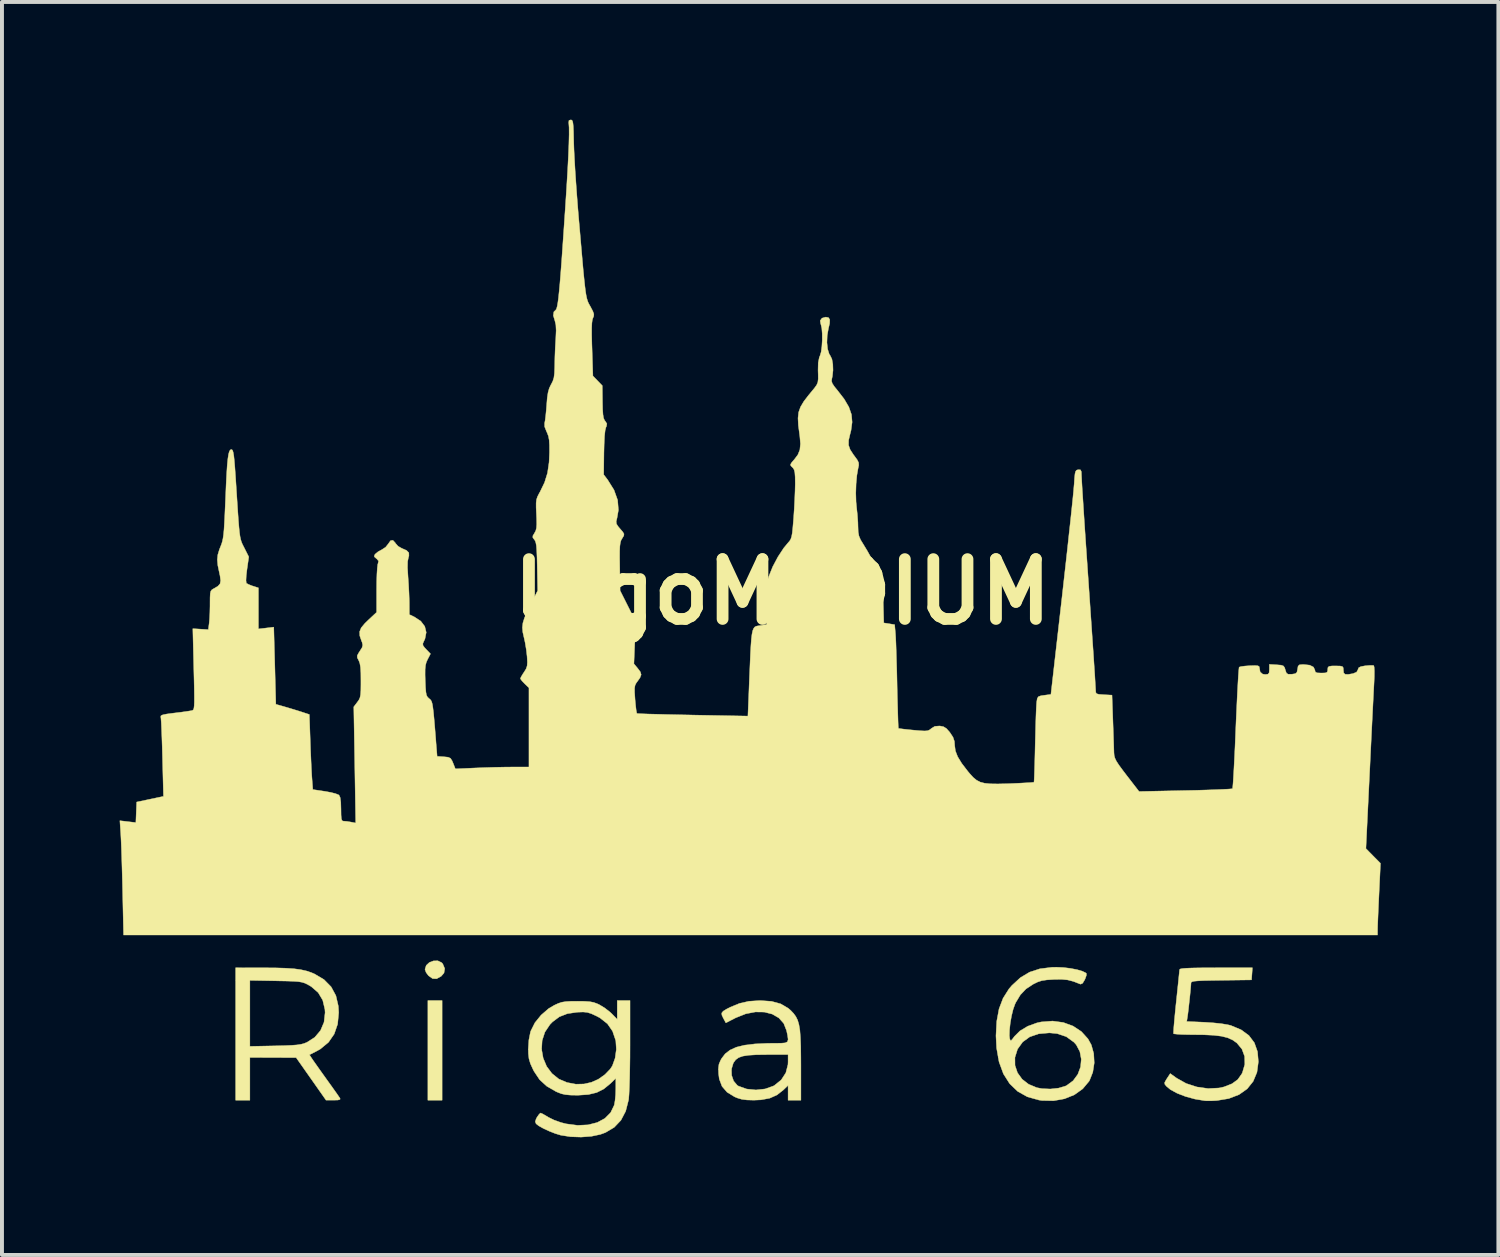
<source format=kicad_pcb>
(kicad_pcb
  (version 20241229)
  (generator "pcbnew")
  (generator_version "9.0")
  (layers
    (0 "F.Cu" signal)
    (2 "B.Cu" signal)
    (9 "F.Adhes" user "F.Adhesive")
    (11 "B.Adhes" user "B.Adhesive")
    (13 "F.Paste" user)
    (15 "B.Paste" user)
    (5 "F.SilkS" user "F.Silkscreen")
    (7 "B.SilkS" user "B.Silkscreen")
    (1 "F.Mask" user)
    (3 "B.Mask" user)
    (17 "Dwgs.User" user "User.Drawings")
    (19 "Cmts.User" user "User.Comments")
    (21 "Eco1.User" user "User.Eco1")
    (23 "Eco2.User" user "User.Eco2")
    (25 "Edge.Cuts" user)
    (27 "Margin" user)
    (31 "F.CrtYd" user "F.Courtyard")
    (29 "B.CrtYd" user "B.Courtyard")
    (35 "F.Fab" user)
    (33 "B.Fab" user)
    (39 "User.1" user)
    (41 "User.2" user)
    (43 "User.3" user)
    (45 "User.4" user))
  (footprint "logoMEDIUM"
    (layer "F.Cu")
    (at 16.889 12.034)
    (property "Reference" "logoMEDIUM" (at 0 0 0) (layer "F.SilkS") (effects (font (size 1.524 1.524) (thickness 0.3))))
    (attr through_hole)
    (fp_poly (pts (xy -8.672 12.954) (xy -9.035 12.954) (xy -9.035 10.414) (xy -8.672 10.414) (xy -8.672 12.954)) (stroke (width 0.01) (type solid)) (fill yes) (layer "F.SilkS"))
    (fp_poly (pts (xy -8.684 9.448) (xy -8.656 9.479) (xy -8.605 9.6) (xy -8.624 9.712) (xy -8.695 9.795) (xy -8.811 9.859) (xy -8.914 9.855) (xy -9.019 9.781) (xy -9.019 9.781) (xy -9.08 9.699) (xy -9.108 9.621) (xy -9.108 9.617) (xy -9.076 9.517) (xy -8.997 9.444) (xy -8.89 9.403) (xy -8.779 9.402) (xy -8.684 9.448)) (stroke (width 0.01) (type solid)) (fill yes) (layer "F.SilkS"))
    (fp_poly (pts (xy -13.235 9.58) (xy -12.916 9.582) (xy -12.657 9.59) (xy -12.448 9.604) (xy -12.277 9.627) (xy -12.133 9.659) (xy -12.004 9.702) (xy -11.923 9.737) (xy -11.682 9.88) (xy -11.501 10.064) (xy -11.379 10.289) (xy -11.317 10.556) (xy -11.307 10.722) (xy -11.335 11.016) (xy -11.422 11.268) (xy -11.568 11.479) (xy -11.774 11.649) (xy -11.877 11.707) (xy -12.053 11.797) (xy -11.989 11.895) (xy -11.945 11.959) (xy -11.868 12.068) (xy -11.768 12.21) (xy -11.654 12.369) (xy -11.612 12.428) (xy -11.499 12.585) (xy -11.401 12.723) (xy -11.325 12.831) (xy -11.28 12.897) (xy -11.272 12.909) (xy -11.274 12.936) (xy -11.329 12.95) (xy -11.437 12.953) (xy -11.63 12.953) (xy -12.011 12.411) (xy -12.392 11.869) (xy -12.981 11.867) (xy -13.571 11.865) (xy -13.571 12.954) (xy -13.934 12.954) (xy -13.934 11.582) (xy -13.571 11.582) (xy -12.927 11.569) (xy -12.686 11.563) (xy -12.505 11.555) (xy -12.371 11.545) (xy -12.271 11.53) (xy -12.193 11.51) (xy -12.123 11.482) (xy -12.119 11.481) (xy -11.918 11.352) (xy -11.77 11.177) (xy -11.681 10.966) (xy -11.654 10.723) (xy -11.659 10.639) (xy -11.715 10.404) (xy -11.83 10.212) (xy -12.004 10.061) (xy -12.053 10.031) (xy -12.124 9.993) (xy -12.186 9.965) (xy -12.254 9.946) (xy -12.339 9.932) (xy -12.455 9.924) (xy -12.614 9.918) (xy -12.829 9.914) (xy -12.909 9.912) (xy -13.571 9.9) (xy -13.571 11.582) (xy -13.934 11.582) (xy -13.934 9.579) (xy -13.235 9.58)) (stroke (width 0.01) (type solid)) (fill yes) (layer "F.SilkS"))
    (fp_poly (pts (xy -0.276 10.435) (xy -0.043 10.499) (xy 0.147 10.61) (xy 0.212 10.666) (xy 0.285 10.743) (xy 0.343 10.823) (xy 0.388 10.914) (xy 0.421 11.026) (xy 0.445 11.168) (xy 0.459 11.349) (xy 0.468 11.578) (xy 0.471 11.865) (xy 0.472 12.072) (xy 0.472 12.954) (xy 0.145 12.954) (xy 0.145 12.577) (xy 0.027 12.691) (xy -0.139 12.821) (xy -0.325 12.904) (xy -0.548 12.945) (xy -0.726 12.953) (xy -0.903 12.948) (xy -1.035 12.931) (xy -1.149 12.897) (xy -1.22 12.867) (xy -1.41 12.75) (xy -1.538 12.602) (xy -1.609 12.414) (xy -1.626 12.28) (xy -1.63 12.164) (xy -1.298 12.164) (xy -1.293 12.321) (xy -1.243 12.465) (xy -1.152 12.573) (xy -1.118 12.595) (xy -0.91 12.669) (xy -0.675 12.693) (xy -0.44 12.667) (xy -0.229 12.592) (xy -0.203 12.577) (xy -0.029 12.436) (xy 0.088 12.256) (xy 0.142 12.046) (xy 0.145 11.98) (xy 0.145 11.793) (xy -0.403 11.793) (xy -0.663 11.796) (xy -0.862 11.808) (xy -1.009 11.831) (xy -1.114 11.868) (xy -1.189 11.922) (xy -1.243 11.995) (xy -1.253 12.014) (xy -1.298 12.164) (xy -1.63 12.164) (xy -1.63 12.138) (xy -1.616 12.035) (xy -1.576 11.94) (xy -1.55 11.893) (xy -1.458 11.772) (xy -1.334 11.676) (xy -1.173 11.603) (xy -0.965 11.552) (xy -0.705 11.52) (xy -0.384 11.505) (xy -0.209 11.503) (xy -0.038 11.502) (xy 0.071 11.493) (xy 0.129 11.465) (xy 0.146 11.406) (xy 0.133 11.306) (xy 0.106 11.18) (xy 0.034 10.997) (xy -0.091 10.857) (xy -0.258 10.76) (xy -0.461 10.708) (xy -0.688 10.705) (xy -0.933 10.752) (xy -1.185 10.852) (xy -1.201 10.86) (xy -1.441 10.983) (xy -1.507 10.861) (xy -1.542 10.786) (xy -1.546 10.732) (xy -1.509 10.686) (xy -1.422 10.632) (xy -1.323 10.582) (xy -1.093 10.487) (xy -0.854 10.433) (xy -0.578 10.415) (xy -0.56 10.415) (xy -0.276 10.435)) (stroke (width 0.01) (type solid)) (fill yes) (layer "F.SilkS"))
    (fp_poly (pts (xy 11.967 9.734) (xy 11.956 9.888) (xy 11.185 9.898) (xy 10.926 9.902) (xy 10.731 9.906) (xy 10.592 9.913) (xy 10.499 9.921) (xy 10.444 9.933) (xy 10.419 9.948) (xy 10.414 9.963) (xy 10.41 10.028) (xy 10.4 10.146) (xy 10.385 10.297) (xy 10.367 10.462) (xy 10.35 10.619) (xy 10.334 10.751) (xy 10.322 10.835) (xy 10.304 10.948) (xy 10.767 10.968) (xy 10.986 10.983) (xy 11.188 11.004) (xy 11.35 11.031) (xy 11.426 11.049) (xy 11.688 11.158) (xy 11.888 11.304) (xy 12.028 11.49) (xy 12.108 11.717) (xy 12.13 11.974) (xy 12.094 12.243) (xy 11.998 12.474) (xy 11.845 12.665) (xy 11.637 12.812) (xy 11.377 12.912) (xy 11.07 12.963) (xy 11.067 12.963) (xy 10.932 12.97) (xy 10.808 12.97) (xy 10.759 12.966) (xy 10.513 12.925) (xy 10.275 12.86) (xy 10.062 12.778) (xy 9.889 12.684) (xy 9.786 12.598) (xy 9.746 12.548) (xy 9.742 12.504) (xy 9.777 12.439) (xy 9.802 12.4) (xy 9.884 12.275) (xy 10.049 12.393) (xy 10.291 12.528) (xy 10.565 12.617) (xy 10.85 12.657) (xy 11.125 12.643) (xy 11.254 12.615) (xy 11.458 12.535) (xy 11.605 12.428) (xy 11.708 12.282) (xy 11.724 12.249) (xy 11.785 12.04) (xy 11.78 11.837) (xy 11.711 11.651) (xy 11.582 11.496) (xy 11.578 11.493) (xy 11.471 11.418) (xy 11.345 11.362) (xy 11.189 11.323) (xy 10.991 11.299) (xy 10.741 11.287) (xy 10.537 11.285) (xy 10.344 11.283) (xy 10.179 11.279) (xy 10.053 11.271) (xy 9.981 11.263) (xy 9.968 11.258) (xy 9.968 11.215) (xy 9.974 11.111) (xy 9.987 10.957) (xy 10.005 10.763) (xy 10.027 10.541) (xy 10.037 10.45) (xy 10.061 10.218) (xy 10.083 10.01) (xy 10.101 9.835) (xy 10.114 9.707) (xy 10.121 9.635) (xy 10.122 9.625) (xy 10.139 9.61) (xy 10.192 9.599) (xy 10.289 9.591) (xy 10.435 9.585) (xy 10.638 9.581) (xy 10.904 9.58) (xy 11.051 9.579) (xy 11.978 9.579) (xy 11.967 9.734)) (stroke (width 0.01) (type solid)) (fill yes) (layer "F.SilkS"))
    (fp_poly (pts (xy 7.162 9.573) (xy 7.342 9.595) (xy 7.508 9.627) (xy 7.642 9.666) (xy 7.729 9.708) (xy 7.749 9.727) (xy 7.746 9.775) (xy 7.716 9.859) (xy 7.704 9.886) (xy 7.651 9.974) (xy 7.602 9.997) (xy 7.586 9.993) (xy 7.417 9.927) (xy 7.272 9.889) (xy 7.119 9.874) (xy 6.927 9.876) (xy 6.912 9.877) (xy 6.739 9.888) (xy 6.612 9.907) (xy 6.506 9.941) (xy 6.396 9.995) (xy 6.392 9.997) (xy 6.207 10.119) (xy 6.065 10.269) (xy 5.947 10.465) (xy 5.926 10.511) (xy 5.88 10.64) (xy 5.839 10.807) (xy 5.807 10.99) (xy 5.788 11.165) (xy 5.784 11.309) (xy 5.792 11.382) (xy 5.808 11.429) (xy 5.83 11.433) (xy 5.871 11.386) (xy 5.912 11.33) (xy 6.055 11.188) (xy 6.252 11.069) (xy 6.486 10.984) (xy 6.599 10.959) (xy 6.887 10.937) (xy 7.16 10.974) (xy 7.408 11.065) (xy 7.621 11.206) (xy 7.788 11.391) (xy 7.873 11.545) (xy 7.934 11.764) (xy 7.947 12.004) (xy 7.911 12.239) (xy 7.83 12.445) (xy 7.817 12.469) (xy 7.654 12.664) (xy 7.441 12.816) (xy 7.19 12.918) (xy 6.911 12.968) (xy 6.614 12.962) (xy 6.536 12.95) (xy 6.243 12.868) (xy 5.994 12.728) (xy 5.791 12.532) (xy 5.633 12.283) (xy 5.522 11.98) (xy 5.501 11.865) (xy 5.926 11.865) (xy 5.928 12.067) (xy 5.991 12.254) (xy 6.108 12.418) (xy 6.274 12.547) (xy 6.482 12.634) (xy 6.611 12.659) (xy 6.828 12.669) (xy 7.039 12.646) (xy 7.216 12.593) (xy 7.245 12.579) (xy 7.41 12.457) (xy 7.529 12.294) (xy 7.599 12.107) (xy 7.617 11.909) (xy 7.581 11.716) (xy 7.489 11.542) (xy 7.43 11.476) (xy 7.235 11.335) (xy 7.004 11.257) (xy 6.804 11.238) (xy 6.531 11.262) (xy 6.303 11.34) (xy 6.124 11.47) (xy 5.995 11.649) (xy 5.991 11.658) (xy 5.926 11.865) (xy 5.501 11.865) (xy 5.459 11.626) (xy 5.443 11.314) (xy 5.462 10.944) (xy 5.521 10.627) (xy 5.624 10.355) (xy 5.773 10.119) (xy 5.848 10.031) (xy 6.065 9.831) (xy 6.299 9.691) (xy 6.563 9.605) (xy 6.87 9.567) (xy 6.985 9.565) (xy 7.162 9.573)) (stroke (width 0.01) (type solid)) (fill yes) (layer "F.SilkS"))
    (fp_poly (pts (xy -3.883 11.566) (xy -3.884 11.86) (xy -3.888 12.142) (xy -3.893 12.4) (xy -3.9 12.623) (xy -3.908 12.8) (xy -3.917 12.92) (xy -3.921 12.949) (xy -3.994 13.235) (xy -4.115 13.466) (xy -4.286 13.646) (xy -4.508 13.778) (xy -4.639 13.826) (xy -4.866 13.874) (xy -5.129 13.894) (xy -5.398 13.885) (xy -5.642 13.847) (xy -5.648 13.846) (xy -5.79 13.803) (xy -5.944 13.742) (xy -6.091 13.674) (xy -6.209 13.608) (xy -6.277 13.554) (xy -6.298 13.502) (xy -6.276 13.431) (xy -6.255 13.391) (xy -6.204 13.318) (xy -6.167 13.281) (xy -6.163 13.281) (xy -6.12 13.298) (xy -6.037 13.344) (xy -5.962 13.39) (xy -5.822 13.459) (xy -5.646 13.522) (xy -5.515 13.556) (xy -5.22 13.595) (xy -4.952 13.582) (xy -4.717 13.522) (xy -4.523 13.417) (xy -4.377 13.27) (xy -4.287 13.083) (xy -4.284 13.073) (xy -4.265 12.966) (xy -4.251 12.819) (xy -4.246 12.665) (xy -4.245 12.395) (xy -4.381 12.528) (xy -4.551 12.667) (xy -4.733 12.759) (xy -4.945 12.81) (xy -5.205 12.827) (xy -5.225 12.827) (xy -5.402 12.824) (xy -5.531 12.812) (xy -5.636 12.788) (xy -5.742 12.746) (xy -5.771 12.733) (xy -6.006 12.597) (xy -6.187 12.431) (xy -6.33 12.217) (xy -6.357 12.164) (xy -6.422 12.021) (xy -6.458 11.9) (xy -6.473 11.767) (xy -6.475 11.66) (xy -6.136 11.66) (xy -6.096 11.883) (xy -6.008 12.092) (xy -5.873 12.273) (xy -5.697 12.415) (xy -5.49 12.503) (xy -5.263 12.546) (xy -5.055 12.541) (xy -4.867 12.498) (xy -4.691 12.42) (xy -4.523 12.301) (xy -4.387 12.16) (xy -4.333 12.077) (xy -4.263 11.882) (xy -4.232 11.66) (xy -4.245 11.449) (xy -4.248 11.432) (xy -4.328 11.195) (xy -4.458 11.007) (xy -4.646 10.859) (xy -4.732 10.812) (xy -4.866 10.75) (xy -4.969 10.717) (xy -5.075 10.706) (xy -5.216 10.711) (xy -5.234 10.712) (xy -5.482 10.749) (xy -5.684 10.828) (xy -5.859 10.959) (xy -5.924 11.026) (xy -6.053 11.219) (xy -6.123 11.435) (xy -6.136 11.66) (xy -6.475 11.66) (xy -6.476 11.65) (xy -6.461 11.419) (xy -6.421 11.218) (xy -6.41 11.186) (xy -6.307 10.98) (xy -6.149 10.785) (xy -5.957 10.619) (xy -5.813 10.534) (xy -5.711 10.487) (xy -5.62 10.457) (xy -5.518 10.441) (xy -5.384 10.433) (xy -5.225 10.432) (xy -5.042 10.434) (xy -4.911 10.443) (xy -4.811 10.462) (xy -4.722 10.494) (xy -4.666 10.52) (xy -4.53 10.602) (xy -4.395 10.707) (xy -4.348 10.751) (xy -4.209 10.894) (xy -4.209 10.414) (xy -3.883 10.414) (xy -3.883 11.566)) (stroke (width 0.01) (type solid)) (fill yes) (layer "F.SilkS"))
    (fp_poly (pts (xy -5.369 -12.024) (xy -5.351 -12.002) (xy -5.338 -11.952) (xy -5.329 -11.865) (xy -5.323 -11.73) (xy -5.319 -11.536) (xy -5.317 -11.448) (xy -5.311 -11.271) (xy -5.299 -11.035) (xy -5.283 -10.753) (xy -5.262 -10.44) (xy -5.238 -10.107) (xy -5.212 -9.77) (xy -5.193 -9.543) (xy -5.155 -9.107) (xy -5.123 -8.737) (xy -5.096 -8.427) (xy -5.073 -8.171) (xy -5.052 -7.963) (xy -5.034 -7.797) (xy -5.018 -7.666) (xy -5.002 -7.565) (xy -4.986 -7.488) (xy -4.969 -7.428) (xy -4.951 -7.38) (xy -4.93 -7.337) (xy -4.905 -7.293) (xy -4.892 -7.27) (xy -4.832 -7.156) (xy -4.805 -7.082) (xy -4.808 -7.027) (xy -4.827 -6.983) (xy -4.844 -6.933) (xy -4.855 -6.849) (xy -4.86 -6.724) (xy -4.86 -6.548) (xy -4.855 -6.312) (xy -4.851 -6.2) (xy -4.829 -5.504) (xy -4.71 -5.381) (xy -4.59 -5.257) (xy -4.585 -4.84) (xy -4.581 -4.651) (xy -4.572 -4.52) (xy -4.558 -4.434) (xy -4.535 -4.378) (xy -4.516 -4.352) (xy -4.473 -4.287) (xy -4.484 -4.22) (xy -4.496 -4.197) (xy -4.517 -4.117) (xy -4.533 -3.969) (xy -4.543 -3.754) (xy -4.548 -3.551) (xy -4.554 -2.989) (xy -4.453 -2.856) (xy -4.291 -2.597) (xy -4.199 -2.339) (xy -4.179 -2.085) (xy -4.214 -1.884) (xy -4.236 -1.795) (xy -4.228 -1.732) (xy -4.183 -1.663) (xy -4.142 -1.615) (xy -4.069 -1.53) (xy -4.037 -1.477) (xy -4.042 -1.432) (xy -4.08 -1.369) (xy -4.091 -1.351) (xy -4.115 -1.307) (xy -4.131 -1.248) (xy -4.142 -1.165) (xy -4.147 -1.046) (xy -4.148 -0.877) (xy -4.145 -0.648) (xy -4.145 -0.644) (xy -4.136 -0.033) (xy -3.938 0.361) (xy -3.74 0.756) (xy -3.762 1.294) (xy -3.784 1.832) (xy -3.688 1.947) (xy -3.619 2.039) (xy -3.599 2.111) (xy -3.629 2.188) (xy -3.686 2.269) (xy -3.73 2.33) (xy -3.756 2.386) (xy -3.767 2.455) (xy -3.767 2.556) (xy -3.757 2.707) (xy -3.755 2.739) (xy -3.741 2.889) (xy -3.727 3.01) (xy -3.713 3.084) (xy -3.706 3.099) (xy -3.666 3.102) (xy -3.561 3.107) (xy -3.4 3.113) (xy -3.19 3.118) (xy -2.939 3.125) (xy -2.656 3.131) (xy -2.348 3.137) (xy -2.281 3.139) (xy -0.879 3.165) (xy -0.854 2.553) (xy -0.839 2.163) (xy -0.825 1.839) (xy -0.814 1.574) (xy -0.802 1.364) (xy -0.79 1.2) (xy -0.775 1.078) (xy -0.757 0.991) (xy -0.734 0.933) (xy -0.706 0.896) (xy -0.671 0.876) (xy -0.627 0.866) (xy -0.575 0.859) (xy -0.536 0.853) (xy -0.402 0.832) (xy -0.424 0.368) (xy -0.432 0.172) (xy -0.434 0.028) (xy -0.427 -0.084) (xy -0.409 -0.185) (xy -0.379 -0.293) (xy -0.348 -0.39) (xy -0.247 -0.641) (xy -0.114 -0.892) (xy 0.035 -1.119) (xy 0.145 -1.252) (xy 0.185 -1.298) (xy 0.214 -1.346) (xy 0.235 -1.41) (xy 0.252 -1.503) (xy 0.266 -1.638) (xy 0.282 -1.828) (xy 0.287 -1.892) (xy 0.302 -2.118) (xy 0.314 -2.354) (xy 0.323 -2.573) (xy 0.327 -2.749) (xy 0.327 -2.766) (xy 0.325 -2.932) (xy 0.317 -3.042) (xy 0.3 -3.111) (xy 0.272 -3.157) (xy 0.254 -3.175) (xy 0.214 -3.215) (xy 0.208 -3.251) (xy 0.241 -3.303) (xy 0.307 -3.378) (xy 0.395 -3.496) (xy 0.445 -3.621) (xy 0.46 -3.772) (xy 0.444 -3.968) (xy 0.438 -4.01) (xy 0.407 -4.245) (xy 0.398 -4.428) (xy 0.414 -4.578) (xy 0.462 -4.713) (xy 0.545 -4.853) (xy 0.67 -5.016) (xy 0.727 -5.085) (xy 0.817 -5.194) (xy 0.873 -5.272) (xy 0.903 -5.342) (xy 0.913 -5.427) (xy 0.912 -5.549) (xy 0.909 -5.647) (xy 0.913 -5.838) (xy 0.94 -5.974) (xy 0.958 -6.017) (xy 0.987 -6.112) (xy 1.006 -6.253) (xy 1.016 -6.417) (xy 1.015 -6.581) (xy 1.004 -6.723) (xy 0.981 -6.819) (xy 0.977 -6.826) (xy 0.963 -6.912) (xy 1.009 -6.976) (xy 1.103 -7.003) (xy 1.107 -7.003) (xy 1.176 -6.989) (xy 1.207 -6.939) (xy 1.204 -6.843) (xy 1.173 -6.71) (xy 1.142 -6.535) (xy 1.135 -6.355) (xy 1.152 -6.19) (xy 1.192 -6.063) (xy 1.221 -6.017) (xy 1.262 -5.932) (xy 1.285 -5.801) (xy 1.29 -5.648) (xy 1.274 -5.496) (xy 1.261 -5.435) (xy 1.253 -5.374) (xy 1.272 -5.311) (xy 1.328 -5.228) (xy 1.396 -5.145) (xy 1.573 -4.917) (xy 1.693 -4.713) (xy 1.76 -4.521) (xy 1.777 -4.326) (xy 1.749 -4.116) (xy 1.725 -4.023) (xy 1.688 -3.864) (xy 1.686 -3.741) (xy 1.725 -3.629) (xy 1.808 -3.5) (xy 1.836 -3.463) (xy 1.908 -3.364) (xy 1.942 -3.294) (xy 1.946 -3.227) (xy 1.928 -3.143) (xy 1.898 -2.97) (xy 1.878 -2.753) (xy 1.871 -2.519) (xy 1.877 -2.296) (xy 1.891 -2.148) (xy 1.91 -1.972) (xy 1.924 -1.777) (xy 1.927 -1.662) (xy 1.932 -1.526) (xy 1.951 -1.425) (xy 1.992 -1.328) (xy 2.066 -1.207) (xy 2.077 -1.189) (xy 2.16 -1.052) (xy 2.257 -0.879) (xy 2.352 -0.696) (xy 2.391 -0.617) (xy 2.556 -0.272) (xy 2.57 0.259) (xy 2.584 0.79) (xy 2.722 0.812) (xy 2.861 0.835) (xy 2.881 1.061) (xy 2.887 1.156) (xy 2.894 1.312) (xy 2.901 1.517) (xy 2.908 1.76) (xy 2.916 2.03) (xy 2.922 2.315) (xy 2.923 2.377) (xy 2.929 2.65) (xy 2.936 2.899) (xy 2.942 3.115) (xy 2.947 3.288) (xy 2.952 3.41) (xy 2.956 3.471) (xy 2.957 3.477) (xy 2.996 3.485) (xy 3.091 3.497) (xy 3.227 3.512) (xy 3.34 3.523) (xy 3.509 3.538) (xy 3.622 3.544) (xy 3.694 3.539) (xy 3.742 3.522) (xy 3.783 3.492) (xy 3.793 3.482) (xy 3.885 3.426) (xy 4.006 3.417) (xy 4.013 3.417) (xy 4.107 3.436) (xy 4.182 3.483) (xy 4.264 3.576) (xy 4.271 3.586) (xy 4.348 3.703) (xy 4.384 3.81) (xy 4.391 3.915) (xy 4.409 4.052) (xy 4.467 4.201) (xy 4.571 4.371) (xy 4.726 4.573) (xy 4.778 4.635) (xy 4.863 4.728) (xy 4.946 4.797) (xy 5.038 4.846) (xy 5.152 4.876) (xy 5.299 4.891) (xy 5.492 4.894) (xy 5.742 4.888) (xy 5.821 4.885) (xy 6.018 4.876) (xy 6.187 4.867) (xy 6.317 4.86) (xy 6.394 4.853) (xy 6.411 4.85) (xy 6.415 4.812) (xy 6.42 4.711) (xy 6.425 4.557) (xy 6.431 4.36) (xy 6.437 4.129) (xy 6.442 3.898) (xy 6.449 3.635) (xy 6.455 3.389) (xy 6.462 3.17) (xy 6.469 2.992) (xy 6.476 2.865) (xy 6.48 2.808) (xy 6.495 2.717) (xy 6.524 2.67) (xy 6.588 2.647) (xy 6.671 2.635) (xy 6.843 2.612) (xy 7.128 0.118) (xy 7.176 -0.311) (xy 7.223 -0.727) (xy 7.267 -1.124) (xy 7.307 -1.494) (xy 7.344 -1.83) (xy 7.375 -2.125) (xy 7.401 -2.373) (xy 7.42 -2.567) (xy 7.431 -2.698) (xy 7.435 -2.74) (xy 7.446 -2.905) (xy 7.457 -3.011) (xy 7.473 -3.072) (xy 7.497 -3.102) (xy 7.533 -3.113) (xy 7.538 -3.114) (xy 7.598 -3.11) (xy 7.619 -3.062) (xy 7.62 -3.023) (xy 7.623 -2.95) (xy 7.63 -2.81) (xy 7.642 -2.603) (xy 7.66 -2.329) (xy 7.682 -1.985) (xy 7.709 -1.573) (xy 7.742 -1.091) (xy 7.78 -0.538) (xy 7.823 0.086) (xy 7.856 0.571) (xy 7.881 0.931) (xy 7.904 1.272) (xy 7.926 1.586) (xy 7.944 1.866) (xy 7.96 2.104) (xy 7.971 2.293) (xy 7.979 2.427) (xy 7.983 2.496) (xy 7.983 2.502) (xy 7.987 2.562) (xy 8.009 2.595) (xy 8.068 2.611) (xy 8.181 2.619) (xy 8.191 2.62) (xy 8.4 2.631) (xy 8.423 3.284) (xy 8.431 3.507) (xy 8.438 3.717) (xy 8.444 3.898) (xy 8.448 4.034) (xy 8.45 4.1) (xy 8.456 4.171) (xy 8.475 4.238) (xy 8.512 4.315) (xy 8.576 4.413) (xy 8.673 4.545) (xy 8.772 4.675) (xy 9.09 5.087) (xy 10.269 5.062) (xy 10.554 5.056) (xy 10.816 5.048) (xy 11.046 5.04) (xy 11.235 5.032) (xy 11.374 5.025) (xy 11.454 5.018) (xy 11.471 5.014) (xy 11.477 4.973) (xy 11.486 4.868) (xy 11.496 4.706) (xy 11.508 4.494) (xy 11.521 4.24) (xy 11.535 3.952) (xy 11.548 3.637) (xy 11.555 3.465) (xy 11.569 3.14) (xy 11.583 2.837) (xy 11.596 2.564) (xy 11.609 2.329) (xy 11.62 2.14) (xy 11.63 2.004) (xy 11.638 1.929) (xy 11.641 1.917) (xy 11.688 1.903) (xy 11.785 1.89) (xy 11.911 1.881) (xy 12.043 1.877) (xy 12.117 1.883) (xy 12.15 1.902) (xy 12.156 1.929) (xy 12.176 2.04) (xy 12.24 2.095) (xy 12.305 2.105) (xy 12.375 2.097) (xy 12.404 2.061) (xy 12.41 1.976) (xy 12.41 1.847) (xy 12.598 1.858) (xy 12.709 1.867) (xy 12.77 1.888) (xy 12.801 1.933) (xy 12.817 1.989) (xy 12.844 2.067) (xy 12.887 2.098) (xy 12.973 2.098) (xy 12.983 2.098) (xy 13.073 2.084) (xy 13.113 2.048) (xy 13.129 1.969) (xy 13.129 1.968) (xy 13.142 1.893) (xy 13.176 1.859) (xy 13.254 1.851) (xy 13.285 1.851) (xy 13.438 1.867) (xy 13.535 1.916) (xy 13.571 1.993) (xy 13.571 1.997) (xy 13.582 2.042) (xy 13.627 2.063) (xy 13.726 2.068) (xy 13.734 2.068) (xy 13.835 2.065) (xy 13.883 2.046) (xy 13.897 2.002) (xy 13.897 1.978) (xy 13.903 1.926) (xy 13.93 1.899) (xy 13.997 1.888) (xy 14.097 1.887) (xy 14.211 1.889) (xy 14.27 1.901) (xy 14.293 1.933) (xy 14.297 1.994) (xy 14.297 1.996) (xy 14.305 2.066) (xy 14.342 2.1) (xy 14.42 2.103) (xy 14.544 2.082) (xy 14.635 2.043) (xy 14.667 1.983) (xy 14.686 1.933) (xy 14.741 1.904) (xy 14.847 1.884) (xy 14.859 1.883) (xy 14.969 1.873) (xy 15.049 1.874) (xy 15.071 1.878) (xy 15.081 1.919) (xy 15.086 2.017) (xy 15.085 2.157) (xy 15.079 2.299) (xy 15.073 2.415) (xy 15.064 2.594) (xy 15.052 2.829) (xy 15.038 3.11) (xy 15.022 3.428) (xy 15.005 3.776) (xy 14.987 4.145) (xy 14.969 4.525) (xy 14.964 4.622) (xy 14.871 6.541) (xy 15.056 6.729) (xy 15.242 6.917) (xy 15.205 7.695) (xy 15.194 7.934) (xy 15.184 8.157) (xy 15.176 8.35) (xy 15.17 8.5) (xy 15.168 8.594) (xy 15.168 8.609) (xy 15.167 8.745) (xy -16.79 8.745) (xy -16.814 7.629) (xy -16.821 7.332) (xy -16.829 7.041) (xy -16.837 6.769) (xy -16.845 6.529) (xy -16.853 6.333) (xy -16.86 6.194) (xy -16.861 6.172) (xy -16.884 5.831) (xy -16.68 5.855) (xy -16.477 5.879) (xy -16.456 5.355) (xy -16.114 5.283) (xy -15.773 5.211) (xy -15.798 4.221) (xy -15.805 3.958) (xy -15.813 3.718) (xy -15.821 3.51) (xy -15.828 3.345) (xy -15.836 3.232) (xy -15.842 3.181) (xy -15.842 3.18) (xy -15.836 3.155) (xy -15.79 3.133) (xy -15.694 3.113) (xy -15.538 3.092) (xy -15.487 3.086) (xy -15.323 3.066) (xy -15.181 3.046) (xy -15.08 3.03) (xy -15.044 3.023) (xy -15.024 3.014) (xy -15.008 2.997) (xy -14.997 2.961) (xy -14.99 2.901) (xy -14.986 2.807) (xy -14.986 2.672) (xy -14.988 2.487) (xy -14.993 2.246) (xy -15 1.97) (xy -15.025 0.937) (xy -14.827 0.949) (xy -14.63 0.962) (xy -14.609 0.802) (xy -14.599 0.692) (xy -14.591 0.537) (xy -14.587 0.365) (xy -14.587 0.304) (xy -14.586 0.146) (xy -14.581 0.044) (xy -14.567 -0.017) (xy -14.54 -0.054) (xy -14.497 -0.081) (xy -14.484 -0.087) (xy -14.385 -0.146) (xy -14.331 -0.207) (xy -14.316 -0.289) (xy -14.332 -0.411) (xy -14.349 -0.489) (xy -14.388 -0.676) (xy -14.401 -0.821) (xy -14.388 -0.947) (xy -14.348 -1.08) (xy -14.319 -1.153) (xy -14.293 -1.219) (xy -14.273 -1.285) (xy -14.256 -1.363) (xy -14.242 -1.461) (xy -14.23 -1.589) (xy -14.22 -1.757) (xy -14.209 -1.973) (xy -14.197 -2.248) (xy -14.19 -2.405) (xy -14.176 -2.745) (xy -14.162 -3.018) (xy -14.148 -3.232) (xy -14.132 -3.392) (xy -14.115 -3.505) (xy -14.095 -3.578) (xy -14.072 -3.617) (xy -14.046 -3.629) (xy -14.026 -3.623) (xy -14.009 -3.6) (xy -13.995 -3.552) (xy -13.981 -3.472) (xy -13.968 -3.351) (xy -13.954 -3.182) (xy -13.938 -2.957) (xy -13.919 -2.667) (xy -13.918 -2.649) (xy -13.896 -2.311) (xy -13.878 -2.036) (xy -13.863 -1.818) (xy -13.849 -1.648) (xy -13.836 -1.517) (xy -13.822 -1.417) (xy -13.806 -1.341) (xy -13.788 -1.28) (xy -13.766 -1.225) (xy -13.738 -1.169) (xy -13.713 -1.12) (xy -13.599 -0.893) (xy -13.645 -0.572) (xy -13.664 -0.412) (xy -13.67 -0.292) (xy -13.662 -0.227) (xy -13.658 -0.22) (xy -13.604 -0.19) (xy -13.513 -0.154) (xy -13.489 -0.147) (xy -13.353 -0.103) (xy -13.353 0.944) (xy -13.158 0.921) (xy -12.962 0.898) (xy -12.935 1.881) (xy -12.909 2.864) (xy -12.704 2.922) (xy -12.551 2.967) (xy -12.377 3.02) (xy -12.278 3.051) (xy -12.056 3.124) (xy -12.032 3.802) (xy -12.024 4.041) (xy -12.014 4.275) (xy -12.004 4.489) (xy -11.995 4.662) (xy -11.988 4.759) (xy -11.967 5.037) (xy -11.659 5.083) (xy -11.511 5.11) (xy -11.389 5.141) (xy -11.312 5.171) (xy -11.299 5.18) (xy -11.27 5.241) (xy -11.254 5.36) (xy -11.249 5.536) (xy -11.247 5.686) (xy -11.24 5.777) (xy -11.225 5.824) (xy -11.199 5.841) (xy -11.181 5.842) (xy -11.097 5.849) (xy -10.993 5.866) (xy -10.874 5.89) (xy -10.898 4.409) (xy -10.923 2.929) (xy -10.832 2.809) (xy -10.792 2.753) (xy -10.766 2.696) (xy -10.751 2.622) (xy -10.743 2.516) (xy -10.741 2.36) (xy -10.741 2.267) (xy -10.743 2.064) (xy -10.752 1.92) (xy -10.769 1.82) (xy -10.795 1.751) (xy -10.8 1.743) (xy -10.833 1.677) (xy -10.835 1.624) (xy -10.799 1.556) (xy -10.767 1.507) (xy -10.711 1.418) (xy -10.695 1.355) (xy -10.711 1.285) (xy -10.726 1.249) (xy -10.77 1.12) (xy -10.774 1.014) (xy -10.734 0.915) (xy -10.642 0.804) (xy -10.559 0.723) (xy -10.341 0.519) (xy -10.341 -0.069) (xy -10.339 -0.274) (xy -10.333 -0.456) (xy -10.324 -0.602) (xy -10.313 -0.698) (xy -10.305 -0.726) (xy -10.291 -0.787) (xy -10.335 -0.84) (xy -10.347 -0.849) (xy -10.4 -0.896) (xy -10.395 -0.938) (xy -10.374 -0.966) (xy -10.305 -1.023) (xy -10.21 -1.075) (xy -10.208 -1.076) (xy -10.112 -1.139) (xy -10.044 -1.224) (xy -10.044 -1.224) (xy -9.986 -1.306) (xy -9.926 -1.315) (xy -9.868 -1.253) (xy -9.859 -1.237) (xy -9.794 -1.164) (xy -9.7 -1.11) (xy -9.699 -1.11) (xy -9.578 -1.057) (xy -9.52 -0.997) (xy -9.518 -0.917) (xy -9.532 -0.872) (xy -9.551 -0.772) (xy -9.554 -0.616) (xy -9.541 -0.395) (xy -9.541 -0.392) (xy -9.527 -0.191) (xy -9.516 0.025) (xy -9.509 0.218) (xy -9.508 0.28) (xy -9.507 0.577) (xy -9.379 0.638) (xy -9.216 0.745) (xy -9.114 0.879) (xy -9.077 1.032) (xy -9.109 1.196) (xy -9.129 1.24) (xy -9.162 1.312) (xy -9.16 1.363) (xy -9.117 1.423) (xy -9.077 1.465) (xy -8.968 1.578) (xy -9.042 1.72) (xy -9.075 1.794) (xy -9.095 1.872) (xy -9.105 1.973) (xy -9.106 2.114) (xy -9.102 2.258) (xy -9.095 2.434) (xy -9.085 2.553) (xy -9.071 2.628) (xy -9.047 2.676) (xy -9.012 2.711) (xy -9.003 2.719) (xy -8.976 2.74) (xy -8.955 2.766) (xy -8.937 2.803) (xy -8.921 2.862) (xy -8.907 2.949) (xy -8.892 3.073) (xy -8.876 3.242) (xy -8.857 3.465) (xy -8.834 3.749) (xy -8.827 3.846) (xy -8.799 4.191) (xy -8.626 4.202) (xy -8.519 4.213) (xy -8.458 4.241) (xy -8.418 4.303) (xy -8.393 4.362) (xy -8.334 4.51) (xy -7.823 4.487) (xy -7.587 4.478) (xy -7.328 4.47) (xy -7.08 4.465) (xy -6.885 4.463) (xy -6.459 4.463) (xy -6.459 2.445) (xy -6.568 2.34) (xy -6.636 2.269) (xy -6.674 2.217) (xy -6.677 2.208) (xy -6.658 2.164) (xy -6.61 2.084) (xy -6.582 2.043) (xy -6.532 1.962) (xy -6.506 1.887) (xy -6.499 1.794) (xy -6.506 1.655) (xy -6.506 1.651) (xy -6.526 1.475) (xy -6.558 1.284) (xy -6.585 1.163) (xy -6.616 1.026) (xy -6.626 0.908) (xy -6.613 0.792) (xy -6.573 0.662) (xy -6.502 0.5) (xy -6.419 0.329) (xy -6.236 -0.032) (xy -6.248 -0.647) (xy -6.253 -0.88) (xy -6.26 -1.05) (xy -6.269 -1.17) (xy -6.283 -1.251) (xy -6.301 -1.302) (xy -6.321 -1.331) (xy -6.36 -1.383) (xy -6.359 -1.43) (xy -6.316 -1.502) (xy -6.286 -1.558) (xy -6.268 -1.626) (xy -6.261 -1.72) (xy -6.263 -1.859) (xy -6.268 -1.978) (xy -6.276 -2.148) (xy -6.276 -2.266) (xy -6.266 -2.352) (xy -6.242 -2.426) (xy -6.2 -2.508) (xy -6.176 -2.55) (xy -6.061 -2.788) (xy -5.986 -3.03) (xy -5.946 -3.301) (xy -5.935 -3.556) (xy -5.936 -3.74) (xy -5.944 -3.87) (xy -5.962 -3.966) (xy -5.992 -4.047) (xy -6.009 -4.083) (xy -6.059 -4.209) (xy -6.06 -4.3) (xy -6.047 -4.366) (xy -6.032 -4.484) (xy -6.017 -4.638) (xy -6.008 -4.753) (xy -5.993 -4.944) (xy -5.972 -5.081) (xy -5.943 -5.185) (xy -5.902 -5.273) (xy -5.894 -5.286) (xy -5.851 -5.371) (xy -5.823 -5.459) (xy -5.809 -5.57) (xy -5.803 -5.726) (xy -5.802 -5.776) (xy -5.798 -5.982) (xy -5.789 -6.214) (xy -5.777 -6.427) (xy -5.775 -6.455) (xy -5.766 -6.66) (xy -5.773 -6.805) (xy -5.796 -6.902) (xy -5.796 -6.903) (xy -5.838 -7.043) (xy -5.824 -7.138) (xy -5.784 -7.177) (xy -5.768 -7.194) (xy -5.752 -7.229) (xy -5.737 -7.288) (xy -5.722 -7.375) (xy -5.706 -7.494) (xy -5.69 -7.651) (xy -5.671 -7.851) (xy -5.651 -8.098) (xy -5.628 -8.398) (xy -5.603 -8.755) (xy -5.574 -9.173) (xy -5.541 -9.659) (xy -5.535 -9.743) (xy -5.501 -10.267) (xy -5.474 -10.72) (xy -5.454 -11.103) (xy -5.441 -11.416) (xy -5.435 -11.659) (xy -5.436 -11.835) (xy -5.444 -11.943) (xy -5.446 -11.956) (xy -5.439 -12.015) (xy -5.394 -12.029) (xy -5.369 -12.024)) (stroke (width 0.01) (type solid)) (fill yes) (layer "F.SilkS")))
  (gr_rect
    (start -3 -3)
    (end 35.136 28.932)
    (stroke (width 0.1) (type default))
    (fill no)
    (layer "Edge.Cuts")))
</source>
